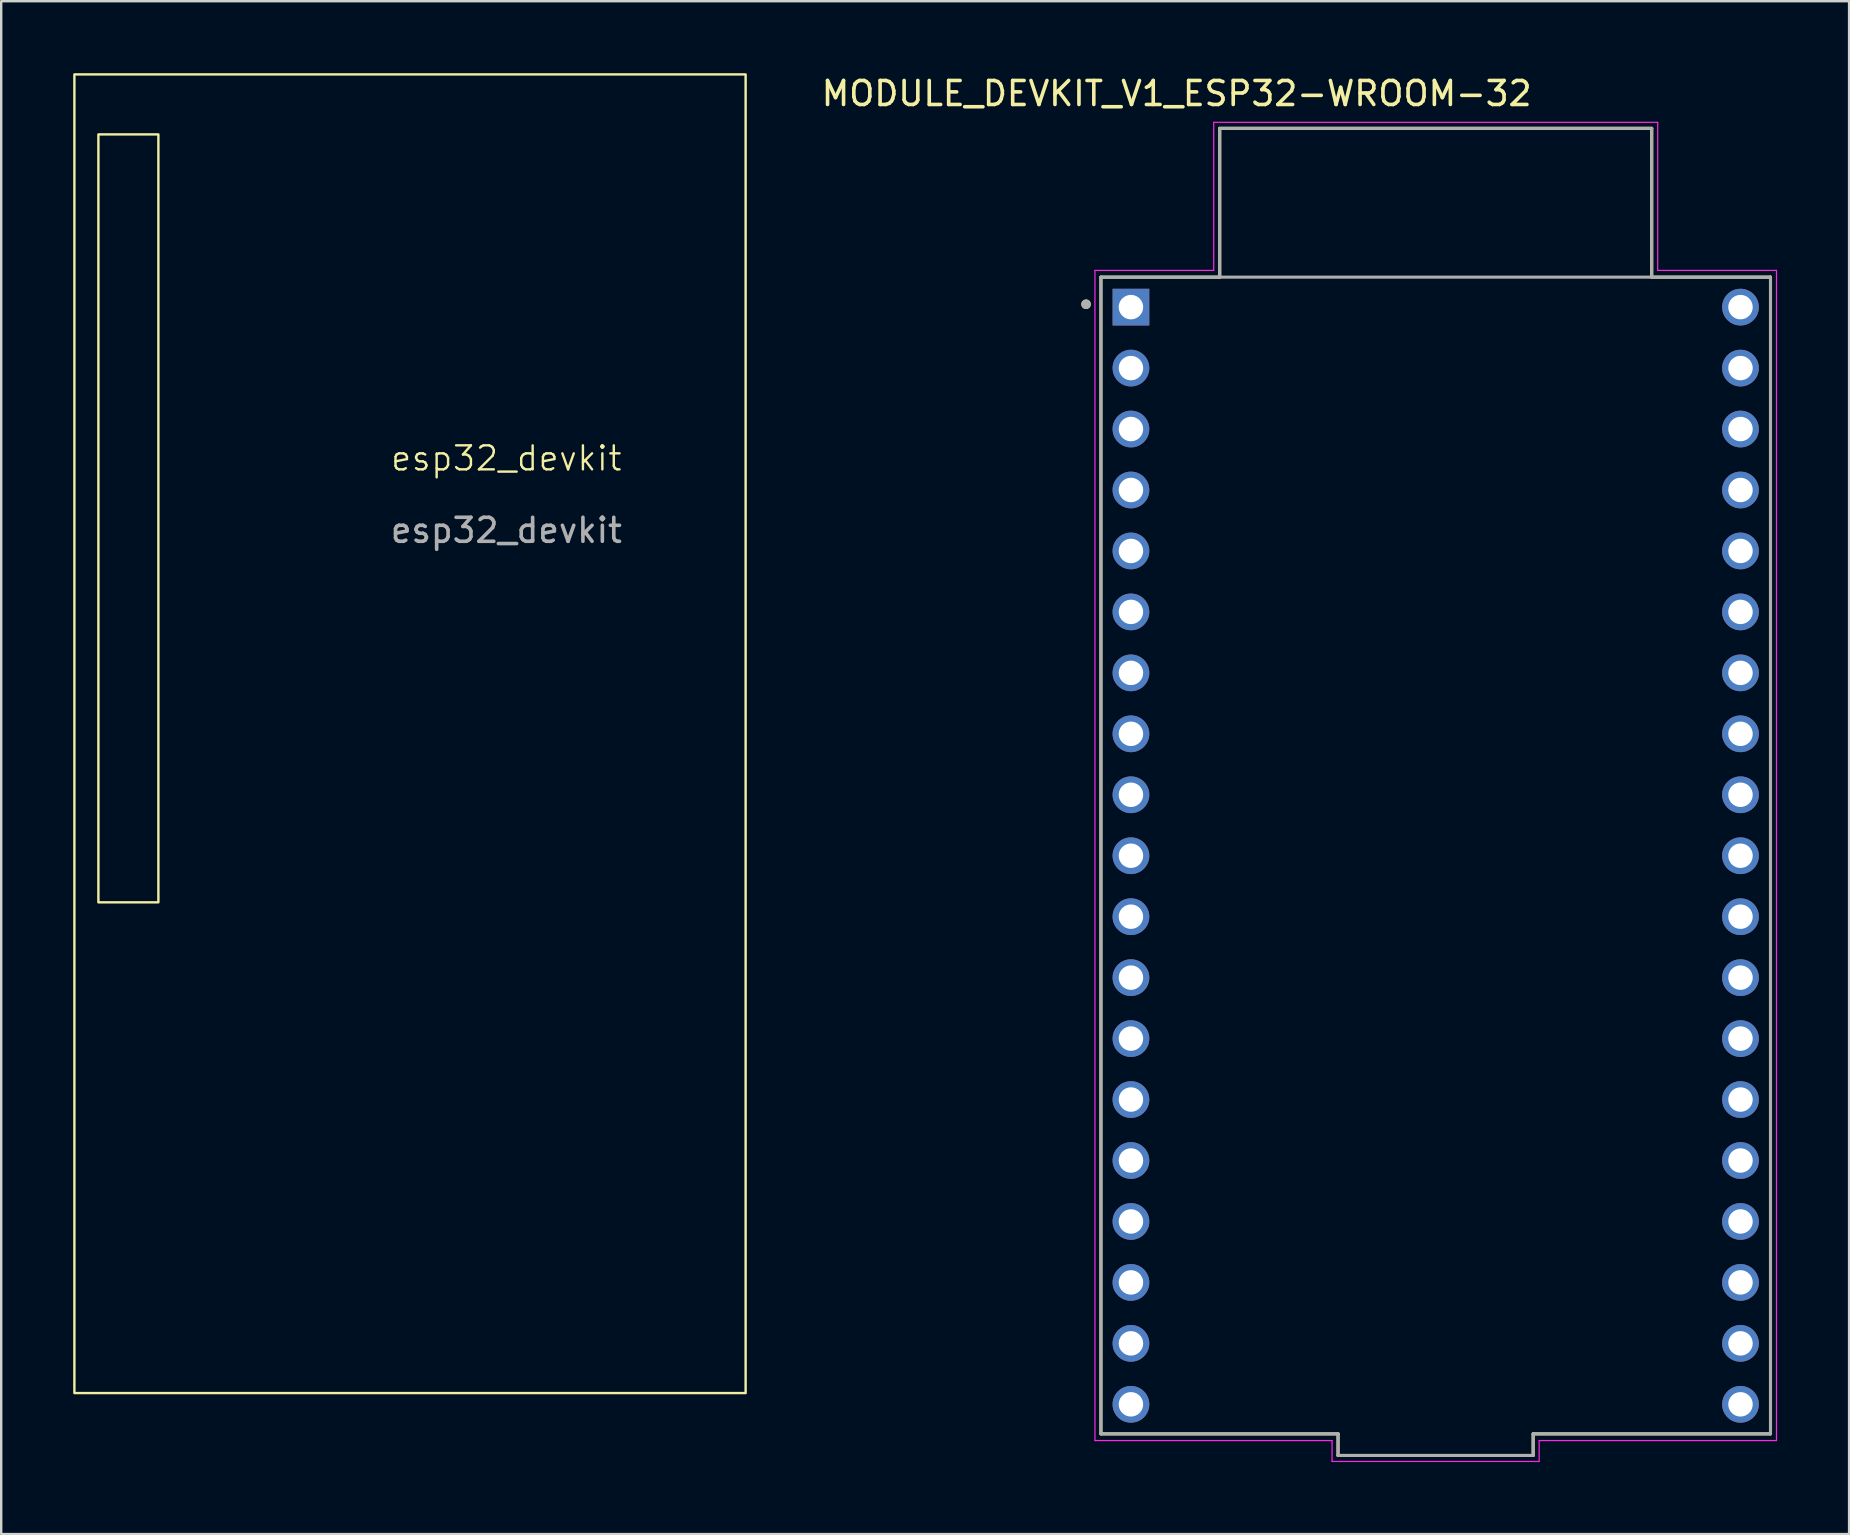
<source format=kicad_pcb>
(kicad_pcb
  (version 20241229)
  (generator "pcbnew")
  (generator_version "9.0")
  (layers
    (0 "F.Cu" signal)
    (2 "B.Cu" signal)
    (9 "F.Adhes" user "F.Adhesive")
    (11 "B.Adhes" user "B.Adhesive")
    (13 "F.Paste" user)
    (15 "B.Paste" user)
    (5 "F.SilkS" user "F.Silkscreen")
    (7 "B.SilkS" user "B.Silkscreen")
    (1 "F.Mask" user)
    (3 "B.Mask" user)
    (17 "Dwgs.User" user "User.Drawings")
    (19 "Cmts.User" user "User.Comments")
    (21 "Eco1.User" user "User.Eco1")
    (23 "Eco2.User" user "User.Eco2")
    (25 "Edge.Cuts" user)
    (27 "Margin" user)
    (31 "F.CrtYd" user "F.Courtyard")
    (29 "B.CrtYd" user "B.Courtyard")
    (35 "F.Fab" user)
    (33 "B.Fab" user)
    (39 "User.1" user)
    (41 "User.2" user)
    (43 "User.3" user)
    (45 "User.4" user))
  (footprint "MODULE_DEVKIT_V1_ESP32-WROOM-32"
    (layer "F.Cu")
    (at 56.776 32.598)
    (property "Reference" "MODULE_DEVKIT_V1_ESP32-WROOM-32" (at -10.795 -31.75 0) (layer "F.SilkS") (effects (font (size 1 1) (thickness 0.15))))
    (attr through_hole)
    (fp_line (start -13.95 -24.1) (end -13.95 24.1) (stroke (width 0.127) (type solid)) (layer "F.SilkS"))
    (fp_line (start -13.95 24.1) (end -4.07 24.1) (stroke (width 0.127) (type solid)) (layer "F.SilkS"))
    (fp_line (start -9 -30.3) (end 9 -30.3) (stroke (width 0.127) (type solid)) (layer "F.SilkS"))
    (fp_line (start -9 -24.1) (end -13.95 -24.1) (stroke (width 0.127) (type solid)) (layer "F.SilkS"))
    (fp_line (start -9 -24.1) (end -9 -30.3) (stroke (width 0.127) (type solid)) (layer "F.SilkS"))
    (fp_line (start -4.07 24.1) (end -4.07 25) (stroke (width 0.127) (type solid)) (layer "F.SilkS"))
    (fp_line (start -4.07 25) (end 4.06 25) (stroke (width 0.127) (type solid)) (layer "F.SilkS"))
    (fp_line (start 4.06 24.1) (end 13.95 24.1) (stroke (width 0.127) (type solid)) (layer "F.SilkS"))
    (fp_line (start 4.06 25) (end 4.06 24.1) (stroke (width 0.127) (type solid)) (layer "F.SilkS"))
    (fp_line (start 9 -30.3) (end 9 -24.1) (stroke (width 0.127) (type solid)) (layer "F.SilkS"))
    (fp_line (start 13.95 -24.1) (end 9 -24.1) (stroke (width 0.127) (type solid)) (layer "F.SilkS"))
    (fp_line (start 13.95 24.1) (end 13.95 -24.1) (stroke (width 0.127) (type solid)) (layer "F.SilkS"))
    (fp_circle (center -14.57 -22.97) (end -14.47 -22.97) (stroke (width 0.2) (type solid)) (fill no) (layer "F.SilkS"))
    (fp_line (start -14.2 -24.38) (end -14.2 24.38) (stroke (width 0.05) (type solid)) (layer "F.CrtYd"))
    (fp_line (start -14.2 24.38) (end -4.32 24.38) (stroke (width 0.05) (type solid)) (layer "F.CrtYd"))
    (fp_line (start -9.25 -30.55) (end 9.25 -30.55) (stroke (width 0.05) (type solid)) (layer "F.CrtYd"))
    (fp_line (start -9.25 -24.38) (end -14.2 -24.38) (stroke (width 0.05) (type solid)) (layer "F.CrtYd"))
    (fp_line (start -9.25 -24.38) (end -9.25 -30.55) (stroke (width 0.05) (type solid)) (layer "F.CrtYd"))
    (fp_line (start -4.32 24.38) (end -4.32 25.25) (stroke (width 0.05) (type solid)) (layer "F.CrtYd"))
    (fp_line (start -4.32 25.25) (end 4.31 25.25) (stroke (width 0.05) (type solid)) (layer "F.CrtYd"))
    (fp_line (start 4.31 24.38) (end 14.2 24.38) (stroke (width 0.05) (type solid)) (layer "F.CrtYd"))
    (fp_line (start 4.31 25.25) (end 4.31 24.38) (stroke (width 0.05) (type solid)) (layer "F.CrtYd"))
    (fp_line (start 9.25 -30.55) (end 9.25 -24.38) (stroke (width 0.05) (type solid)) (layer "F.CrtYd"))
    (fp_line (start 14.2 -24.38) (end 9.25 -24.38) (stroke (width 0.05) (type solid)) (layer "F.CrtYd"))
    (fp_line (start 14.2 24.38) (end 14.2 -24.38) (stroke (width 0.05) (type solid)) (layer "F.CrtYd"))
    (fp_line (start -13.95 -24.1) (end -13.95 24.1) (stroke (width 0.127) (type solid)) (layer "F.Fab"))
    (fp_line (start -13.95 24.1) (end -4.07 24.1) (stroke (width 0.127) (type solid)) (layer "F.Fab"))
    (fp_line (start -9 -30.3) (end 9 -30.3) (stroke (width 0.127) (type solid)) (layer "F.Fab"))
    (fp_line (start -9 -24.1) (end -13.95 -24.1) (stroke (width 0.127) (type solid)) (layer "F.Fab"))
    (fp_line (start -9 -24.1) (end -9 -30.3) (stroke (width 0.127) (type solid)) (layer "F.Fab"))
    (fp_line (start -4.07 24.1) (end -4.07 25) (stroke (width 0.127) (type solid)) (layer "F.Fab"))
    (fp_line (start -4.07 25) (end 4.06 25) (stroke (width 0.127) (type solid)) (layer "F.Fab"))
    (fp_line (start 4.06 24.1) (end 13.95 24.1) (stroke (width 0.127) (type solid)) (layer "F.Fab"))
    (fp_line (start 4.06 25) (end 4.06 24.1) (stroke (width 0.127) (type solid)) (layer "F.Fab"))
    (fp_line (start 9 -30.3) (end 9 -24.1) (stroke (width 0.127) (type solid)) (layer "F.Fab"))
    (fp_line (start 9 -24.1) (end -9 -24.1) (stroke (width 0.127) (type solid)) (layer "F.Fab"))
    (fp_line (start 13.95 -24.1) (end 9 -24.1) (stroke (width 0.127) (type solid)) (layer "F.Fab"))
    (fp_line (start 13.95 24.1) (end 13.95 -24.1) (stroke (width 0.127) (type solid)) (layer "F.Fab"))
    (fp_circle (center -14.57 -22.97) (end -14.47 -22.97) (stroke (width 0.2) (type solid)) (fill no) (layer "F.Fab"))
    (pad "1" thru_hole rect (at -12.7 -22.85) (size 1.53 1.53) (drill 1.02) (layers "*.Cu" "*.Mask"))
    (pad "2" thru_hole circle (at -12.7 -20.31) (size 1.53 1.53) (drill 1.02) (layers "*.Cu" "*.Mask"))
    (pad "3" thru_hole circle (at -12.7 -17.77) (size 1.53 1.53) (drill 1.02) (layers "*.Cu" "*.Mask"))
    (pad "4" thru_hole circle (at -12.7 -15.23) (size 1.53 1.53) (drill 1.02) (layers "*.Cu" "*.Mask"))
    (pad "5" thru_hole circle (at -12.7 -12.69) (size 1.53 1.53) (drill 1.02) (layers "*.Cu" "*.Mask"))
    (pad "6" thru_hole circle (at -12.7 -10.15) (size 1.53 1.53) (drill 1.02) (layers "*.Cu" "*.Mask"))
    (pad "7" thru_hole circle (at -12.7 -7.61) (size 1.53 1.53) (drill 1.02) (layers "*.Cu" "*.Mask"))
    (pad "8" thru_hole circle (at -12.7 -5.07) (size 1.53 1.53) (drill 1.02) (layers "*.Cu" "*.Mask"))
    (pad "9" thru_hole circle (at -12.7 -2.53) (size 1.53 1.53) (drill 1.02) (layers "*.Cu" "*.Mask"))
    (pad "10" thru_hole circle (at -12.7 0.01) (size 1.53 1.53) (drill 1.02) (layers "*.Cu" "*.Mask"))
    (pad "11" thru_hole circle (at -12.7 2.55) (size 1.53 1.53) (drill 1.02) (layers "*.Cu" "*.Mask"))
    (pad "12" thru_hole circle (at -12.7 5.09) (size 1.53 1.53) (drill 1.02) (layers "*.Cu" "*.Mask"))
    (pad "13" thru_hole circle (at -12.7 7.63) (size 1.53 1.53) (drill 1.02) (layers "*.Cu" "*.Mask"))
    (pad "14" thru_hole circle (at -12.7 10.17) (size 1.53 1.53) (drill 1.02) (layers "*.Cu" "*.Mask"))
    (pad "15" thru_hole circle (at -12.7 12.71) (size 1.53 1.53) (drill 1.02) (layers "*.Cu" "*.Mask"))
    (pad "16" thru_hole circle (at -12.7 15.25) (size 1.53 1.53) (drill 1.02) (layers "*.Cu" "*.Mask"))
    (pad "17" thru_hole circle (at -12.7 17.79) (size 1.53 1.53) (drill 1.02) (layers "*.Cu" "*.Mask"))
    (pad "18" thru_hole circle (at -12.7 20.33) (size 1.53 1.53) (drill 1.02) (layers "*.Cu" "*.Mask"))
    (pad "19" thru_hole circle (at -12.7 22.87) (size 1.53 1.53) (drill 1.02) (layers "*.Cu" "*.Mask"))
    (pad "20" thru_hole circle (at 12.7 22.87) (size 1.53 1.53) (drill 1.02) (layers "*.Cu" "*.Mask"))
    (pad "21" thru_hole circle (at 12.7 20.33) (size 1.53 1.53) (drill 1.02) (layers "*.Cu" "*.Mask"))
    (pad "22" thru_hole circle (at 12.7 17.79) (size 1.53 1.53) (drill 1.02) (layers "*.Cu" "*.Mask"))
    (pad "23" thru_hole circle (at 12.7 15.25) (size 1.53 1.53) (drill 1.02) (layers "*.Cu" "*.Mask"))
    (pad "24" thru_hole circle (at 12.7 12.71) (size 1.53 1.53) (drill 1.02) (layers "*.Cu" "*.Mask"))
    (pad "25" thru_hole circle (at 12.7 10.17) (size 1.53 1.53) (drill 1.02) (layers "*.Cu" "*.Mask"))
    (pad "26" thru_hole circle (at 12.7 7.63) (size 1.53 1.53) (drill 1.02) (layers "*.Cu" "*.Mask"))
    (pad "27" thru_hole circle (at 12.7 5.09) (size 1.53 1.53) (drill 1.02) (layers "*.Cu" "*.Mask"))
    (pad "28" thru_hole circle (at 12.7 2.55) (size 1.53 1.53) (drill 1.02) (layers "*.Cu" "*.Mask"))
    (pad "29" thru_hole circle (at 12.7 0.01) (size 1.53 1.53) (drill 1.02) (layers "*.Cu" "*.Mask"))
    (pad "30" thru_hole circle (at 12.7 -2.53) (size 1.53 1.53) (drill 1.02) (layers "*.Cu" "*.Mask"))
    (pad "31" thru_hole circle (at 12.7 -5.07) (size 1.53 1.53) (drill 1.02) (layers "*.Cu" "*.Mask"))
    (pad "32" thru_hole circle (at 12.7 -7.61) (size 1.53 1.53) (drill 1.02) (layers "*.Cu" "*.Mask"))
    (pad "33" thru_hole circle (at 12.7 -10.15) (size 1.53 1.53) (drill 1.02) (layers "*.Cu" "*.Mask"))
    (pad "34" thru_hole circle (at 12.7 -12.69) (size 1.53 1.53) (drill 1.02) (layers "*.Cu" "*.Mask"))
    (pad "35" thru_hole circle (at 12.7 -15.23) (size 1.53 1.53) (drill 1.02) (layers "*.Cu" "*.Mask"))
    (pad "36" thru_hole circle (at 12.7 -17.77) (size 1.53 1.53) (drill 1.02) (layers "*.Cu" "*.Mask"))
    (pad "37" thru_hole circle (at 12.7 -20.31) (size 1.53 1.53) (drill 1.02) (layers "*.Cu" "*.Mask"))
    (pad "38" thru_hole circle (at 12.7 -22.85) (size 1.53 1.53) (drill 1.02) (layers "*.Cu" "*.Mask")))
  (footprint "esp32_devkit"
    (layer "F.Cu")
    (at 18.05 16.55)
    (property "Reference" "esp32_devkit" (at 0 -0.5 0) (unlocked yes) (layer "F.SilkS") (effects (font (size 1 1) (thickness 0.1))))
    (attr through_hole)
    (fp_rect (start -18 -16.5) (end 9.97 38.45) (stroke (width 0.1) (type default)) (fill no) (layer "F.SilkS"))
    (fp_rect (start -17 -14) (end -14.5 18) (stroke (width 0.1) (type default)) (fill no) (layer "F.SilkS"))
    (fp_text user "${REFERENCE}" (at 0 2.5 0) (unlocked yes) (layer "F.Fab") (effects (font (size 1 1) (thickness 0.15)))))
  (gr_rect
    (start -3 -3)
    (end 74.001 60.873)
    (stroke (width 0.1) (type default))
    (fill no)
    (layer "Edge.Cuts")))
</source>
